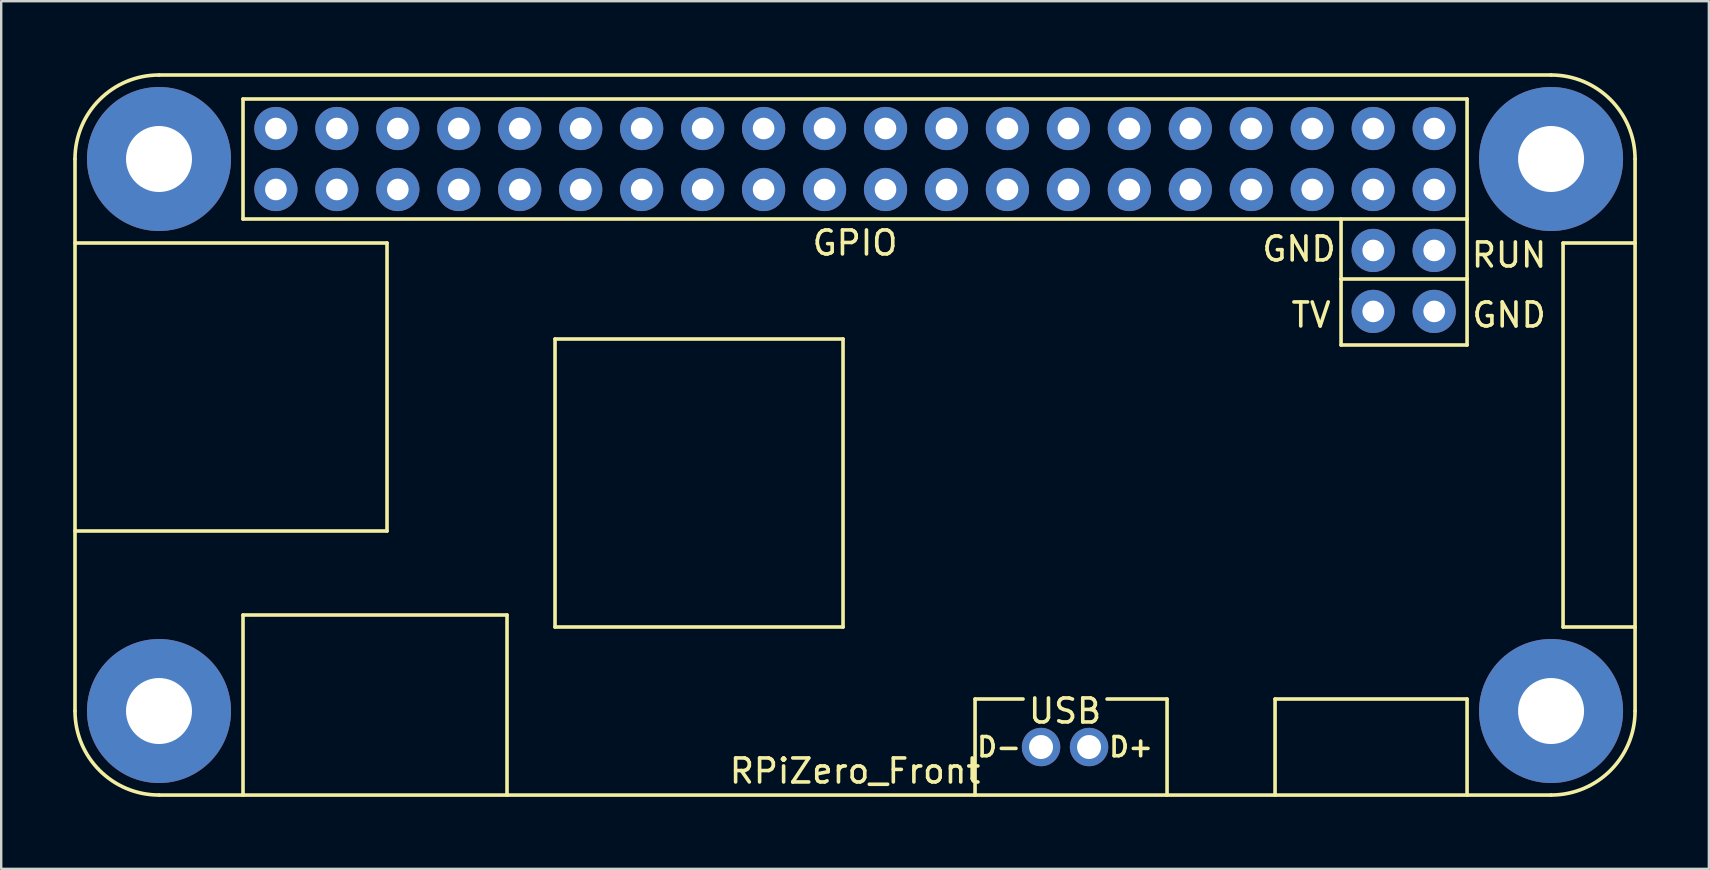
<source format=kicad_pcb>
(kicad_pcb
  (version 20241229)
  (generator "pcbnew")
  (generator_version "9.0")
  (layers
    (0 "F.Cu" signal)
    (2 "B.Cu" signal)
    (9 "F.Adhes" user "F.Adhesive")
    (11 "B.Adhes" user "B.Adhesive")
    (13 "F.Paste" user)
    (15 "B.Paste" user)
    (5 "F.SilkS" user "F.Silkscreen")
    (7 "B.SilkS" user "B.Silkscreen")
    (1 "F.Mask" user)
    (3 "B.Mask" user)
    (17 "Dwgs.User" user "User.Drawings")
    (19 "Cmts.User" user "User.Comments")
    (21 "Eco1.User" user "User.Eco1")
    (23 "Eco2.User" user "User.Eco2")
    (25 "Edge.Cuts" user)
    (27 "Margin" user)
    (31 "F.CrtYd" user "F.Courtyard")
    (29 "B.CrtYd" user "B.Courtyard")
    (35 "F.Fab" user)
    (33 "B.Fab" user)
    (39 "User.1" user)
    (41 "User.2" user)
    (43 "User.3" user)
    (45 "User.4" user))
  (footprint "RPiZero_Front"
    (layer "F.Cu")
    (at 32.575 3.575)
    (property "Reference" "RPiZero_Front" (at 0 25.5 0) (layer "F.SilkS") (effects (font (size 1 1) (thickness 0.15))))
    (attr through_hole)
    (fp_line (start -32.5 15.5) (end -19.5 15.5) (stroke (width 0.15) (type solid)) (layer "F.SilkS"))
    (fp_line (start -32.5 23) (end -32.5 0) (stroke (width 0.15) (type solid)) (layer "F.SilkS"))
    (fp_line (start -29 -3.5) (end 29 -3.5) (stroke (width 0.15) (type solid)) (layer "F.SilkS"))
    (fp_line (start -25.5 -2.5) (end -25.5 2.5) (stroke (width 0.15) (type solid)) (layer "F.SilkS"))
    (fp_line (start -25.5 2.5) (end 25.5 2.5) (stroke (width 0.15) (type solid)) (layer "F.SilkS"))
    (fp_line (start -25.5 19) (end -14.5 19) (stroke (width 0.15) (type solid)) (layer "F.SilkS"))
    (fp_line (start -25.5 26.5) (end -25.5 19) (stroke (width 0.15) (type solid)) (layer "F.SilkS"))
    (fp_line (start -19.5 3.5) (end -32.5 3.5) (stroke (width 0.15) (type solid)) (layer "F.SilkS"))
    (fp_line (start -19.5 15.5) (end -19.5 3.5) (stroke (width 0.15) (type solid)) (layer "F.SilkS"))
    (fp_line (start -14.5 19) (end -14.5 26.5) (stroke (width 0.15) (type solid)) (layer "F.SilkS"))
    (fp_line (start -12.5 7.5) (end -12.5 19.5) (stroke (width 0.15) (type solid)) (layer "F.SilkS"))
    (fp_line (start -12.5 19.5) (end -0.5 19.5) (stroke (width 0.15) (type solid)) (layer "F.SilkS"))
    (fp_line (start -0.5 7.5) (end -12.5 7.5) (stroke (width 0.15) (type solid)) (layer "F.SilkS"))
    (fp_line (start -0.5 19.5) (end -0.5 7.5) (stroke (width 0.15) (type solid)) (layer "F.SilkS"))
    (fp_line (start 5 22.5) (end 5 26.5) (stroke (width 0.15) (type solid)) (layer "F.SilkS"))
    (fp_line (start 5 22.5) (end 7 22.5) (stroke (width 0.15) (type solid)) (layer "F.SilkS"))
    (fp_line (start 13 22.5) (end 10.5 22.5) (stroke (width 0.15) (type solid)) (layer "F.SilkS"))
    (fp_line (start 13 26.5) (end 13 22.5) (stroke (width 0.15) (type solid)) (layer "F.SilkS"))
    (fp_line (start 17.5 22.5) (end 17.5 26.5) (stroke (width 0.15) (type solid)) (layer "F.SilkS"))
    (fp_line (start 20.25 5) (end 20.25 2.5) (stroke (width 0.15) (type solid)) (layer "F.SilkS"))
    (fp_line (start 20.25 5) (end 20.25 7.75) (stroke (width 0.15) (type solid)) (layer "F.SilkS"))
    (fp_line (start 20.25 7.75) (end 25.5 7.75) (stroke (width 0.15) (type solid)) (layer "F.SilkS"))
    (fp_line (start 25.5 -2.5) (end -25.5 -2.5) (stroke (width 0.15) (type solid)) (layer "F.SilkS"))
    (fp_line (start 25.5 2.5) (end 25.5 -2.5) (stroke (width 0.15) (type solid)) (layer "F.SilkS"))
    (fp_line (start 25.5 2.5) (end 25.5 5) (stroke (width 0.15) (type solid)) (layer "F.SilkS"))
    (fp_line (start 25.5 5) (end 20.25 5) (stroke (width 0.15) (type solid)) (layer "F.SilkS"))
    (fp_line (start 25.5 7.75) (end 25.5 5) (stroke (width 0.15) (type solid)) (layer "F.SilkS"))
    (fp_line (start 25.5 22.5) (end 17.5 22.5) (stroke (width 0.15) (type solid)) (layer "F.SilkS"))
    (fp_line (start 25.5 26.5) (end 25.5 22.5) (stroke (width 0.15) (type solid)) (layer "F.SilkS"))
    (fp_line (start 29 26.5) (end -29 26.5) (stroke (width 0.15) (type solid)) (layer "F.SilkS"))
    (fp_line (start 29.5 3.5) (end 29.5 19.5) (stroke (width 0.15) (type solid)) (layer "F.SilkS"))
    (fp_line (start 29.5 19.5) (end 32.5 19.5) (stroke (width 0.15) (type solid)) (layer "F.SilkS"))
    (fp_line (start 32.5 0) (end 32.5 23) (stroke (width 0.15) (type solid)) (layer "F.SilkS"))
    (fp_line (start 32.5 3.5) (end 29.5 3.5) (stroke (width 0.15) (type solid)) (layer "F.SilkS"))
    (fp_arc (start -32.5 0) (mid -31.474874 -2.474874) (end -29 -3.5) (stroke (width 0.15) (type solid)) (layer "F.SilkS"))
    (fp_arc (start -29 26.5) (mid -31.474874 25.474874) (end -32.5 23) (stroke (width 0.15) (type solid)) (layer "F.SilkS"))
    (fp_arc (start 29 -3.5) (mid 31.474874 -2.474874) (end 32.5 0) (stroke (width 0.15) (type solid)) (layer "F.SilkS"))
    (fp_arc (start 32.5 23) (mid 31.474874 25.474874) (end 29 26.5) (stroke (width 0.15) (type solid)) (layer "F.SilkS"))
    (fp_text user "USB" (at 8.75 23 0) (layer "F.SilkS") (effects (font (size 1 1) (thickness 0.15))))
    (fp_text user "GPIO" (at 0 3.5 0) (layer "F.SilkS") (effects (font (size 1 1) (thickness 0.15))))
    (fp_text user "RUN" (at 27.25 4 0) (layer "F.SilkS") (effects (font (size 1 1) (thickness 0.15))))
    (fp_text user "GND" (at 18.5 3.75 0) (layer "F.SilkS") (effects (font (size 1 1) (thickness 0.15))))
    (fp_text user "TV" (at 19 6.5 0) (layer "F.SilkS") (effects (font (size 1 1) (thickness 0.15))))
    (fp_text user "D-" (at 6 24.5 0) (layer "F.SilkS") (effects (font (size 0.8 0.8) (thickness 0.15))))
    (fp_text user "GND" (at 27.25 6.5 0) (layer "F.SilkS") (effects (font (size 1 1) (thickness 0.15))))
    (fp_text user "D+" (at 11.5 24.5 0) (layer "F.SilkS") (effects (font (size 0.8 0.8) (thickness 0.15))))
    (pad "" np_thru_hole circle (at -29 0) (size 6 6) (drill 2.75) (layers "*.Cu" "*.Mask"))
    (pad "" np_thru_hole circle (at -29 23) (size 6 6) (drill 2.75) (layers "*.Cu" "*.Mask"))
    (pad "" np_thru_hole circle (at 29 0) (size 6 6) (drill 2.75) (layers "*.Cu" "*.Mask"))
    (pad "" np_thru_hole circle (at 29 23) (size 6 6) (drill 2.75) (layers "*.Cu" "*.Mask"))
    (pad "1" thru_hole circle (at -24.13 1.27) (size 1.8 1.8) (drill 0.9) (layers "*.Cu" "*.Mask"))
    (pad "2" thru_hole circle (at -24.13 -1.27) (size 1.8 1.8) (drill 0.9) (layers "*.Cu" "*.Mask"))
    (pad "3" thru_hole circle (at -21.59 1.27) (size 1.8 1.8) (drill 0.9) (layers "*.Cu" "*.Mask"))
    (pad "4" thru_hole circle (at -21.59 -1.27) (size 1.8 1.8) (drill 0.9) (layers "*.Cu" "*.Mask"))
    (pad "5" thru_hole circle (at -19.05 1.27) (size 1.8 1.8) (drill 0.9) (layers "*.Cu" "*.Mask"))
    (pad "6" thru_hole circle (at -19.05 -1.27) (size 1.8 1.8) (drill 0.9) (layers "*.Cu" "*.Mask"))
    (pad "7" thru_hole circle (at -16.51 1.27) (size 1.8 1.8) (drill 0.9) (layers "*.Cu" "*.Mask"))
    (pad "8" thru_hole circle (at -16.51 -1.27) (size 1.8 1.8) (drill 0.9) (layers "*.Cu" "*.Mask"))
    (pad "9" thru_hole circle (at -13.97 1.27) (size 1.8 1.8) (drill 0.9) (layers "*.Cu" "*.Mask"))
    (pad "10" thru_hole circle (at -13.97 -1.27) (size 1.8 1.8) (drill 0.9) (layers "*.Cu" "*.Mask"))
    (pad "11" thru_hole circle (at -11.43 1.27) (size 1.8 1.8) (drill 0.9) (layers "*.Cu" "*.Mask"))
    (pad "12" thru_hole circle (at -11.43 -1.27) (size 1.8 1.8) (drill 0.9) (layers "*.Cu" "*.Mask"))
    (pad "13" thru_hole circle (at -8.89 1.27) (size 1.8 1.8) (drill 0.9) (layers "*.Cu" "*.Mask"))
    (pad "14" thru_hole circle (at -8.89 -1.27) (size 1.8 1.8) (drill 0.9) (layers "*.Cu" "*.Mask"))
    (pad "15" thru_hole circle (at -6.35 1.27) (size 1.8 1.8) (drill 0.9) (layers "*.Cu" "*.Mask"))
    (pad "16" thru_hole circle (at -6.35 -1.27) (size 1.8 1.8) (drill 0.9) (layers "*.Cu" "*.Mask"))
    (pad "17" thru_hole circle (at -3.81 1.27) (size 1.8 1.8) (drill 0.9) (layers "*.Cu" "*.Mask"))
    (pad "18" thru_hole circle (at -3.81 -1.27) (size 1.8 1.8) (drill 0.9) (layers "*.Cu" "*.Mask"))
    (pad "19" thru_hole circle (at -1.27 1.27) (size 1.8 1.8) (drill 0.9) (layers "*.Cu" "*.Mask"))
    (pad "20" thru_hole circle (at -1.27 -1.27) (size 1.8 1.8) (drill 0.9) (layers "*.Cu" "*.Mask"))
    (pad "21" thru_hole circle (at 1.27 1.27) (size 1.8 1.8) (drill 0.9) (layers "*.Cu" "*.Mask"))
    (pad "22" thru_hole circle (at 1.27 -1.27) (size 1.8 1.8) (drill 0.9) (layers "*.Cu" "*.Mask"))
    (pad "23" thru_hole circle (at 3.81 1.27) (size 1.8 1.8) (drill 0.9) (layers "*.Cu" "*.Mask"))
    (pad "24" thru_hole circle (at 3.81 -1.27) (size 1.8 1.8) (drill 0.9) (layers "*.Cu" "*.Mask"))
    (pad "25" thru_hole circle (at 6.35 1.27) (size 1.8 1.8) (drill 0.9) (layers "*.Cu" "*.Mask"))
    (pad "26" thru_hole circle (at 6.35 -1.27) (size 1.8 1.8) (drill 0.9) (layers "*.Cu" "*.Mask"))
    (pad "27" thru_hole circle (at 8.89 1.27) (size 1.8 1.8) (drill 0.9) (layers "*.Cu" "*.Mask"))
    (pad "28" thru_hole circle (at 8.89 -1.27) (size 1.8 1.8) (drill 0.9) (layers "*.Cu" "*.Mask"))
    (pad "29" thru_hole circle (at 11.43 1.27) (size 1.8 1.8) (drill 0.9) (layers "*.Cu" "*.Mask"))
    (pad "30" thru_hole circle (at 11.43 -1.27) (size 1.8 1.8) (drill 0.9) (layers "*.Cu" "*.Mask"))
    (pad "31" thru_hole circle (at 13.97 1.27) (size 1.8 1.8) (drill 0.9) (layers "*.Cu" "*.Mask"))
    (pad "32" thru_hole circle (at 13.97 -1.27) (size 1.8 1.8) (drill 0.9) (layers "*.Cu" "*.Mask"))
    (pad "33" thru_hole circle (at 16.51 1.27) (size 1.8 1.8) (drill 0.9) (layers "*.Cu" "*.Mask"))
    (pad "34" thru_hole circle (at 16.51 -1.27) (size 1.8 1.8) (drill 0.9) (layers "*.Cu" "*.Mask"))
    (pad "35" thru_hole circle (at 19.05 1.27) (size 1.8 1.8) (drill 0.9) (layers "*.Cu" "*.Mask"))
    (pad "36" thru_hole circle (at 19.05 -1.27) (size 1.8 1.8) (drill 0.9) (layers "*.Cu" "*.Mask"))
    (pad "37" thru_hole circle (at 21.59 1.27) (size 1.8 1.8) (drill 0.9) (layers "*.Cu" "*.Mask"))
    (pad "38" thru_hole circle (at 21.59 -1.27) (size 1.8 1.8) (drill 0.9) (layers "*.Cu" "*.Mask"))
    (pad "39" thru_hole circle (at 24.13 1.27) (size 1.8 1.8) (drill 0.9) (layers "*.Cu" "*.Mask"))
    (pad "40" thru_hole circle (at 24.13 -1.27) (size 1.8 1.8) (drill 0.9) (layers "*.Cu" "*.Mask"))
    (pad "41" thru_hole circle (at 21.59 3.81) (size 1.8 1.8) (drill 0.9) (layers "*.Cu" "*.Mask"))
    (pad "42" thru_hole circle (at 24.13 3.81) (size 1.8 1.8) (drill 0.9) (layers "*.Cu" "*.Mask"))
    (pad "43" thru_hole circle (at 21.59 6.35) (size 1.8 1.8) (drill 0.9) (layers "*.Cu" "*.Mask"))
    (pad "44" thru_hole circle (at 24.13 6.35) (size 1.8 1.8) (drill 0.9) (layers "*.Cu" "*.Mask"))
    (pad "45" thru_hole circle (at 9.75 24.5) (size 1.6 1.6) (drill 1) (layers "*.Cu" "*.Mask"))
    (pad "46" thru_hole circle (at 7.75 24.5) (size 1.6 1.6) (drill 1) (layers "*.Cu" "*.Mask")))
  (gr_rect
    (start -3 -3)
    (end 68.15 33.15)
    (stroke (width 0.1) (type default))
    (fill no)
    (layer "Edge.Cuts")))
</source>
